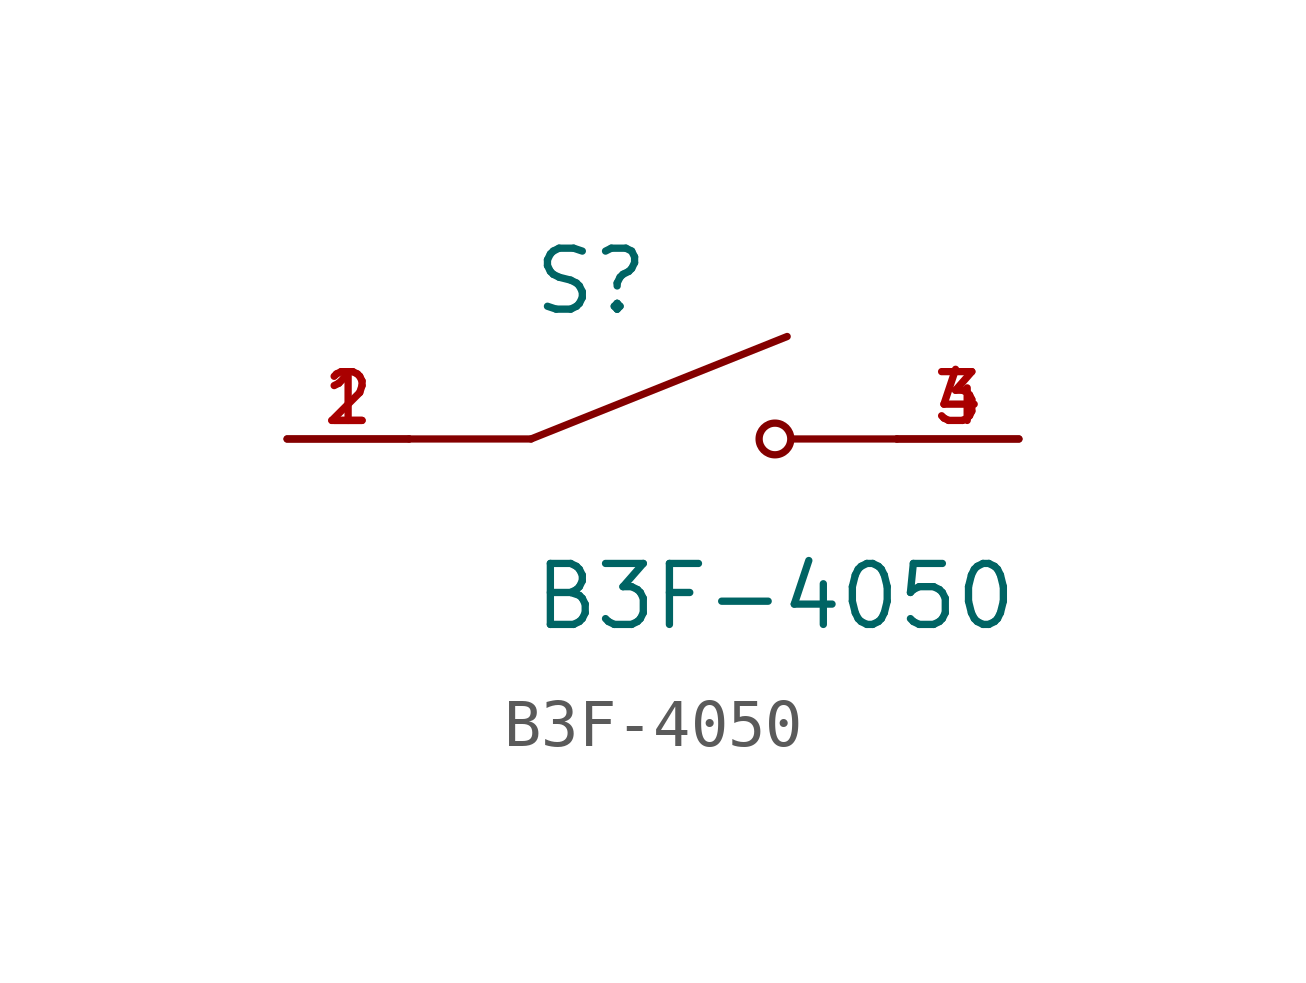
<source format=kicad_sym>
(kicad_symbol_lib
  (version 20211014)
  (generator kicad_symbol_editor)
  (symbol "B3F-4050"
    (pin_names
      (offset 1.016))
    (property "Reference" "S"
      (at -2.54 2.54 0)
      (effects (font (size 1.27 1.27)) (justify bottom left)))
    (property "Value" "B3F-4050"
      (at -2.54 -2.54 0)
      (effects (font (size 1.27 1.27)) (justify top left)))
    (symbol "B3F-4050_0_0"
      (polyline (pts (xy -2.54 0.0) (xy 2.794 2.134)) (stroke (width 0.152)))
      (circle (center 2.54 0.0) (radius 0.33) (stroke (width 0.152)) (fill (type none)))
      (polyline (pts (xy 5.08 0.0) (xy 2.921 0.0)) (stroke (width 0.152)))
      (polyline (pts (xy -2.54 0.0) (xy -5.08 0.0)) (stroke (width 0.152)))
      (pin passive line (at -7.62 0.0 0) (length 2.54) (name "~" (effects (font (size 1.016 1.016)))) (number "1" (effects (font (size 1.016 1.016)))))
      (pin passive line (at 7.62 0.0 180.0) (length 2.54) (name "~" (effects (font (size 1.016 1.016)))) (number "3" (effects (font (size 1.016 1.016)))))
      (pin passive line (at -7.62 0.0 0) (length 2.54) (name "~" (effects (font (size 1.016 1.016)))) (number "2" (effects (font (size 1.016 1.016)))))
      (pin passive line (at 7.62 0.0 180.0) (length 2.54) (name "~" (effects (font (size 1.016 1.016)))) (number "4" (effects (font (size 1.016 1.016))))))))
</source>
